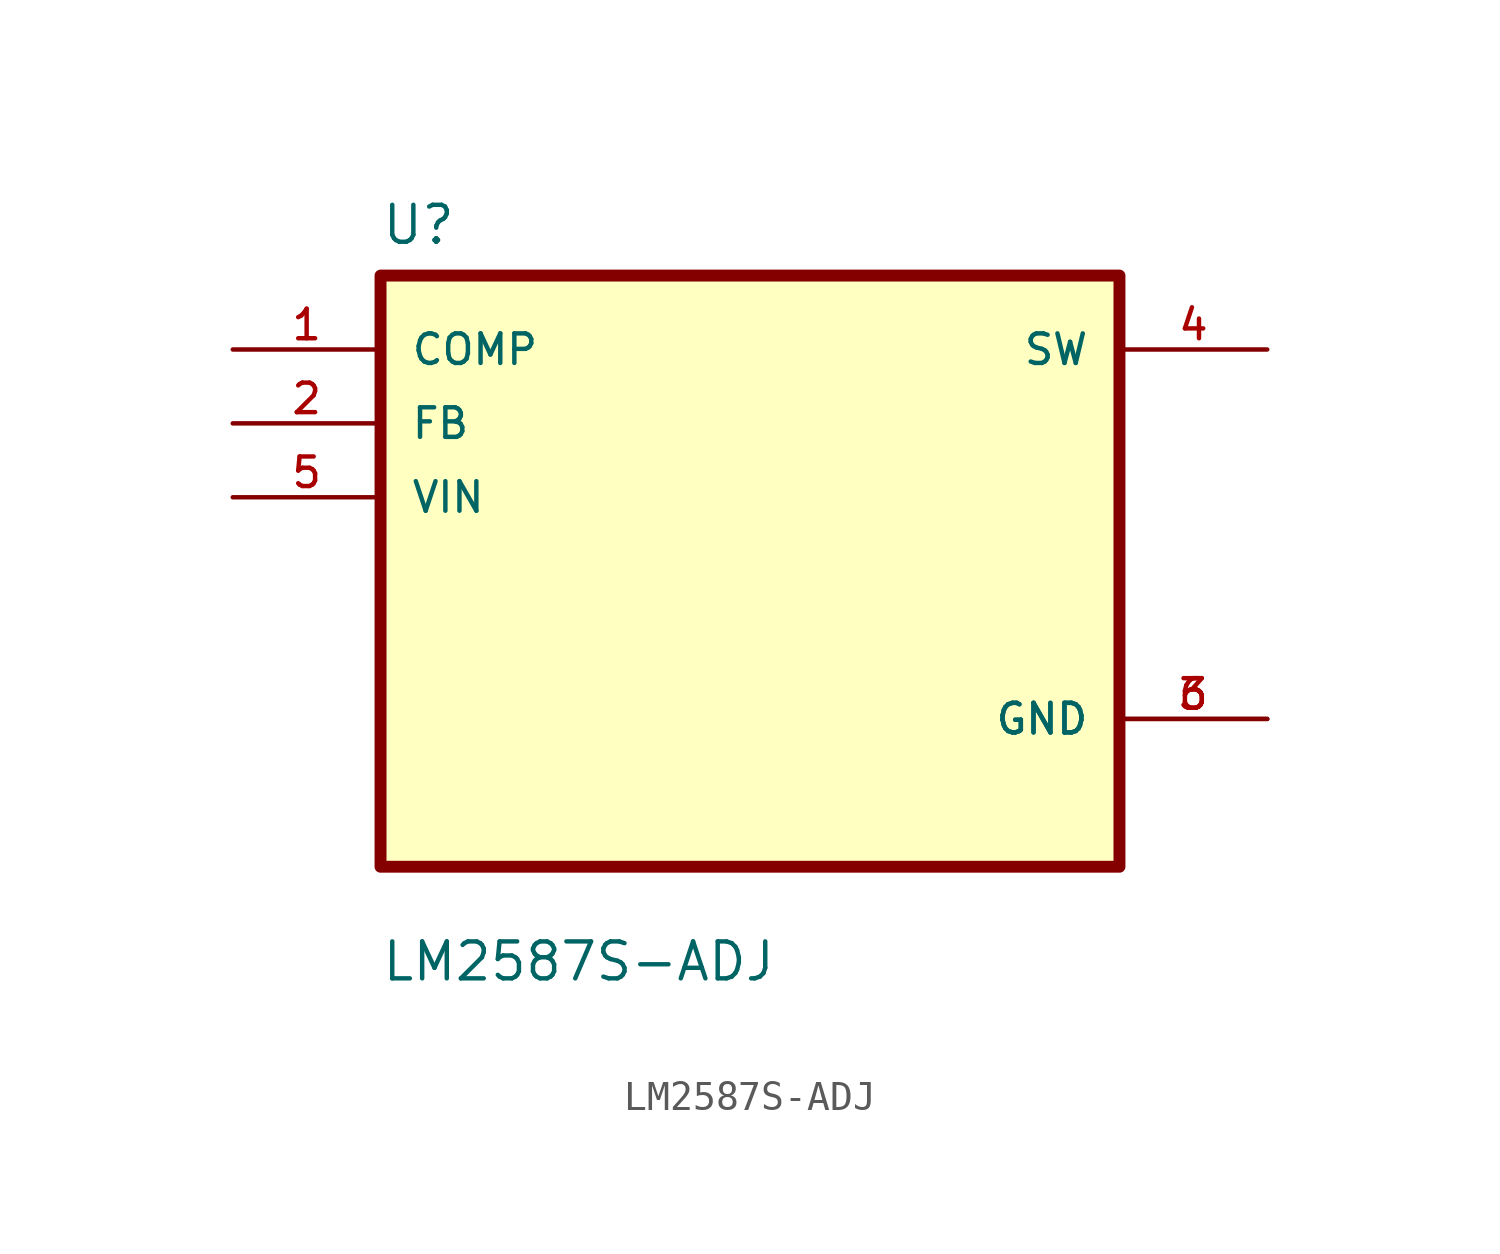
<source format=kicad_sym>
(kicad_symbol_lib
  (version 20211014)
  (generator kicad_symbol_editor)
  (symbol "LM2587S-ADJ"
    (pin_names
      (offset 1.016))
    (property "Reference" "U"
      (at -12.7 11.16 0.0)
      (effects (font (size 1.27 1.27)) (justify bottom left)))
    (property "Value" "LM2587S-ADJ"
      (at -12.7 -14.16 0.0)
      (effects (font (size 1.27 1.27)) (justify bottom left)))
    (symbol "LM2587S-ADJ_0_0"
      (rectangle (start -12.7 -10.16) (end 12.7 10.16) (stroke (width 0.41)) (fill (type background)))
      (pin input line (at -17.78 7.62 0) (length 5.08) (name "COMP" (effects (font (size 1.016 1.016)))) (number "1" (effects (font (size 1.016 1.016)))))
      (pin input line (at -17.78 5.08 0) (length 5.08) (name "FB" (effects (font (size 1.016 1.016)))) (number "2" (effects (font (size 1.016 1.016)))))
      (pin input line (at -17.78 2.54 0) (length 5.08) (name "VIN" (effects (font (size 1.016 1.016)))) (number "5" (effects (font (size 1.016 1.016)))))
      (pin output line (at 17.78 7.62 180.0) (length 5.08) (name "SW" (effects (font (size 1.016 1.016)))) (number "4" (effects (font (size 1.016 1.016)))))
      (pin power_in line (at 17.78 -5.08 180.0) (length 5.08) (name "GND" (effects (font (size 1.016 1.016)))) (number "3" (effects (font (size 1.016 1.016)))))
      (pin power_in line (at 17.78 -5.08 180.0) (length 5.08) (name "GND" (effects (font (size 1.016 1.016)))) (number "6" (effects (font (size 1.016 1.016))))))))
</source>
